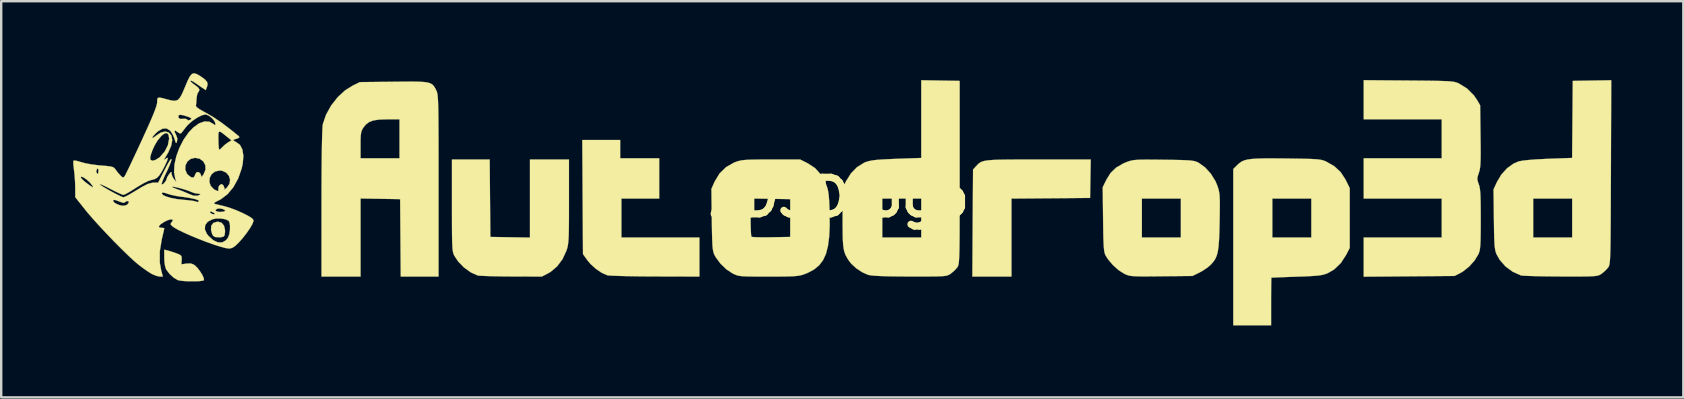
<source format=kicad_pcb>
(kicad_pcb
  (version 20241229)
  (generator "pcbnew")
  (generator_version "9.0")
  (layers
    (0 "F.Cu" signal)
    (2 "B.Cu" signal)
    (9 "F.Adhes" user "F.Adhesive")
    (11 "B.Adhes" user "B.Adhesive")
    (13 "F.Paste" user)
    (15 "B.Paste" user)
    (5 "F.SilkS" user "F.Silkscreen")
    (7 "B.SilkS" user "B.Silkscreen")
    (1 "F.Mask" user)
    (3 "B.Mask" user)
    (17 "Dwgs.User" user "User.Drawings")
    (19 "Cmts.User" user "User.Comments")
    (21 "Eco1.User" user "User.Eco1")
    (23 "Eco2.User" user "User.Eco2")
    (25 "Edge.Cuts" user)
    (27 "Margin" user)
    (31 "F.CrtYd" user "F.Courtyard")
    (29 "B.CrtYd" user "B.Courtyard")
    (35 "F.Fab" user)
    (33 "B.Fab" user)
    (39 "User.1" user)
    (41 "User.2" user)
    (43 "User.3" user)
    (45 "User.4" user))
  (footprint "AD3Dlogo"
    (layer "F.Cu")
    (at 31.939 5.173)
    (property "Reference" "AD3Dlogo" (at 0 0 0) (layer "F.SilkS") (effects (font (size 1.524 1.524) (thickness 0.3))))
    (attr through_hole)
    (fp_poly (pts (xy -25.755 1.06) (xy -25.653 1.183) (xy -25.611 1.369) (xy -25.613 1.457) (xy -25.629 1.581) (xy -25.673 1.639) (xy -25.775 1.661) (xy -25.836 1.666) (xy -26.015 1.657) (xy -26.105 1.607) (xy -26.156 1.507) (xy -26.194 1.366) (xy -26.195 1.36) (xy -26.185 1.183) (xy -26.095 1.065) (xy -25.933 1.017) (xy -25.906 1.016) (xy -25.755 1.06)) (stroke (width 0.01) (type solid)) (fill yes) (layer "F.SilkS"))
    (fp_poly (pts (xy -9.144 -1.626) (xy -7.518 -1.626) (xy -7.518 0.051) (xy -9.093 0.051) (xy -9.093 1.676) (xy -5.842 1.676) (xy -5.842 3.302) (xy -7.684 3.297) (xy -8.113 3.295) (xy -8.516 3.291) (xy -8.879 3.284) (xy -9.191 3.276) (xy -9.437 3.267) (xy -9.607 3.257) (xy -9.684 3.247) (xy -9.914 3.145) (xy -10.157 2.98) (xy -10.381 2.777) (xy -10.513 2.618) (xy -10.693 2.366) (xy -10.722 -2.388) (xy -9.144 -2.388) (xy -9.144 -1.626)) (stroke (width 0.01) (type solid)) (fill yes) (layer "F.SilkS"))
    (fp_poly (pts (xy 10.453 -0.775) (xy 10.439 0.025) (xy 8.801 0.039) (xy 7.163 0.052) (xy 7.163 3.302) (xy 5.534 3.302) (xy 5.548 1.071) (xy 5.563 -1.16) (xy 5.69 -1.296) (xy 5.751 -1.362) (xy 5.81 -1.416) (xy 5.875 -1.46) (xy 5.955 -1.495) (xy 6.062 -1.522) (xy 6.203 -1.542) (xy 6.39 -1.557) (xy 6.63 -1.566) (xy 6.935 -1.571) (xy 7.313 -1.574) (xy 7.775 -1.575) (xy 8.279 -1.575) (xy 10.467 -1.575) (xy 10.453 -0.775)) (stroke (width 0.01) (type solid)) (fill yes) (layer "F.SilkS"))
    (fp_poly (pts (xy -28.003 2.216) (xy -27.869 2.255) (xy -27.697 2.312) (xy -27.635 2.334) (xy -27.497 2.391) (xy -27.432 2.446) (xy -27.415 2.53) (xy -27.418 2.605) (xy -27.429 2.792) (xy -27.214 2.762) (xy -27.05 2.755) (xy -26.927 2.797) (xy -26.86 2.844) (xy -26.755 2.949) (xy -26.648 3.09) (xy -26.557 3.238) (xy -26.499 3.367) (xy -26.489 3.449) (xy -26.491 3.453) (xy -26.555 3.477) (xy -26.694 3.493) (xy -26.88 3.5) (xy -27.089 3.5) (xy -27.293 3.491) (xy -27.465 3.474) (xy -27.58 3.45) (xy -27.584 3.448) (xy -27.752 3.347) (xy -27.922 3.191) (xy -28.055 3.017) (xy -28.072 2.987) (xy -28.111 2.859) (xy -28.137 2.671) (xy -28.143 2.516) (xy -28.143 2.182) (xy -28.003 2.216)) (stroke (width 0.01) (type solid)) (fill yes) (layer "F.SilkS"))
    (fp_poly (pts (xy -14.568 0.038) (xy -14.554 1.651) (xy -12.903 1.679) (xy -12.903 -1.575) (xy -11.278 -1.575) (xy -11.278 0.168) (xy -11.278 0.64) (xy -11.279 1.023) (xy -11.283 1.328) (xy -11.288 1.566) (xy -11.297 1.751) (xy -11.309 1.894) (xy -11.325 2.006) (xy -11.345 2.1) (xy -11.371 2.188) (xy -11.38 2.213) (xy -11.544 2.572) (xy -11.77 2.876) (xy -12.042 3.106) (xy -12.135 3.16) (xy -12.407 3.302) (xy -13.684 3.298) (xy -14.041 3.295) (xy -14.369 3.29) (xy -14.654 3.282) (xy -14.88 3.273) (xy -15.032 3.263) (xy -15.088 3.255) (xy -15.375 3.124) (xy -15.655 2.921) (xy -15.897 2.672) (xy -16.057 2.43) (xy -16.082 2.375) (xy -16.103 2.312) (xy -16.119 2.23) (xy -16.131 2.119) (xy -16.14 1.968) (xy -16.147 1.767) (xy -16.151 1.504) (xy -16.153 1.17) (xy -16.154 0.754) (xy -16.154 0.332) (xy -16.154 -1.575) (xy -15.368 -1.575) (xy -14.581 -1.575) (xy -14.568 0.038)) (stroke (width 0.01) (type solid)) (fill yes) (layer "F.SilkS"))
    (fp_poly (pts (xy 18.53 -1.618) (xy 18.613 -1.617) (xy 19.035 -1.611) (xy 19.368 -1.606) (xy 19.625 -1.599) (xy 19.821 -1.589) (xy 19.966 -1.576) (xy 20.076 -1.559) (xy 20.162 -1.537) (xy 20.238 -1.508) (xy 20.281 -1.489) (xy 20.62 -1.294) (xy 20.881 -1.051) (xy 21.082 -0.744) (xy 21.096 -0.715) (xy 21.26 -0.383) (xy 21.26 2.108) (xy 21.117 2.388) (xy 20.888 2.74) (xy 20.61 3.006) (xy 20.351 3.156) (xy 20.252 3.196) (xy 20.147 3.227) (xy 20.019 3.25) (xy 19.853 3.269) (xy 19.631 3.283) (xy 19.337 3.297) (xy 19.05 3.307) (xy 18.736 3.318) (xy 18.459 3.328) (xy 18.234 3.337) (xy 18.076 3.344) (xy 18 3.348) (xy 17.996 3.348) (xy 17.992 3.398) (xy 17.989 3.534) (xy 17.986 3.74) (xy 17.984 4.002) (xy 17.983 4.303) (xy 17.983 4.343) (xy 17.983 5.334) (xy 16.408 5.334) (xy 16.408 0.051) (xy 18.034 0.051) (xy 18.034 1.676) (xy 19.66 1.676) (xy 19.66 0.051) (xy 18.034 0.051) (xy 16.408 0.051) (xy 16.408 -1.179) (xy 16.577 -1.347) (xy 16.662 -1.425) (xy 16.753 -1.488) (xy 16.862 -1.537) (xy 16.999 -1.573) (xy 17.176 -1.598) (xy 17.407 -1.613) (xy 17.701 -1.621) (xy 18.072 -1.622) (xy 18.53 -1.618)) (stroke (width 0.01) (type solid)) (fill yes) (layer "F.SilkS"))
    (fp_poly (pts (xy 23.711 -4.866) (xy 24.198 -4.862) (xy 24.594 -4.858) (xy 24.911 -4.853) (xy 25.159 -4.846) (xy 25.349 -4.838) (xy 25.492 -4.827) (xy 25.599 -4.812) (xy 25.681 -4.794) (xy 25.749 -4.771) (xy 25.809 -4.744) (xy 26.148 -4.535) (xy 26.43 -4.254) (xy 26.558 -4.07) (xy 26.695 -3.835) (xy 26.711 -2.547) (xy 26.716 -2.14) (xy 26.717 -1.82) (xy 26.714 -1.574) (xy 26.706 -1.388) (xy 26.694 -1.247) (xy 26.675 -1.138) (xy 26.65 -1.047) (xy 26.639 -1.015) (xy 26.589 -0.861) (xy 26.578 -0.752) (xy 26.604 -0.637) (xy 26.636 -0.549) (xy 26.664 -0.462) (xy 26.684 -0.355) (xy 26.7 -0.213) (xy 26.71 -0.023) (xy 26.716 0.229) (xy 26.719 0.557) (xy 26.72 0.916) (xy 26.719 1.311) (xy 26.716 1.618) (xy 26.71 1.852) (xy 26.7 2.026) (xy 26.686 2.155) (xy 26.666 2.253) (xy 26.639 2.332) (xy 26.622 2.372) (xy 26.46 2.637) (xy 26.233 2.889) (xy 25.975 3.093) (xy 25.873 3.152) (xy 25.629 3.277) (xy 23.736 3.292) (xy 21.844 3.307) (xy 21.844 1.676) (xy 25.095 1.676) (xy 25.095 0.051) (xy 21.844 0.051) (xy 21.844 -1.626) (xy 25.095 -1.626) (xy 25.095 -3.251) (xy 21.844 -3.251) (xy 21.844 -4.881) (xy 23.711 -4.866)) (stroke (width 0.01) (type solid)) (fill yes) (layer "F.SilkS"))
    (fp_poly (pts (xy -17.514 -4.817) (xy -17.306 -4.804) (xy -17.152 -4.78) (xy -17.041 -4.744) (xy -16.962 -4.693) (xy -16.901 -4.624) (xy -16.848 -4.535) (xy -16.812 -4.465) (xy -16.793 -4.425) (xy -16.777 -4.38) (xy -16.764 -4.321) (xy -16.752 -4.243) (xy -16.742 -4.137) (xy -16.734 -3.996) (xy -16.728 -3.814) (xy -16.723 -3.583) (xy -16.719 -3.295) (xy -16.717 -2.945) (xy -16.715 -2.525) (xy -16.714 -2.027) (xy -16.713 -1.445) (xy -16.713 -0.77) (xy -16.713 -0.485) (xy -16.713 3.302) (xy -18.287 3.302) (xy -18.3 1.689) (xy -18.313 0.076) (xy -19.139 0.062) (xy -19.964 0.048) (xy -19.964 3.302) (xy -21.59 3.302) (xy -21.589 0.241) (xy -21.588 -0.45) (xy -21.585 -1.07) (xy -21.58 -1.614) (xy -21.574 -2.079) (xy -21.572 -2.177) (xy -19.964 -2.177) (xy -19.964 -1.626) (xy -18.339 -1.626) (xy -18.339 -3.251) (xy -18.86 -3.251) (xy -19.182 -3.241) (xy -19.424 -3.205) (xy -19.606 -3.138) (xy -19.746 -3.031) (xy -19.849 -2.901) (xy -19.901 -2.812) (xy -19.935 -2.716) (xy -19.954 -2.59) (xy -19.963 -2.408) (xy -19.964 -2.177) (xy -21.572 -2.177) (xy -21.566 -2.459) (xy -21.557 -2.75) (xy -21.546 -2.949) (xy -21.535 -3.048) (xy -21.4 -3.443) (xy -21.188 -3.825) (xy -20.917 -4.171) (xy -20.604 -4.459) (xy -20.295 -4.652) (xy -19.99 -4.801) (xy -18.583 -4.816) (xy -18.14 -4.821) (xy -17.788 -4.822) (xy -17.514 -4.817)) (stroke (width 0.01) (type solid)) (fill yes) (layer "F.SilkS"))
    (fp_poly (pts (xy 32.145 -1.046) (xy 32.142 -0.332) (xy 32.14 0.289) (xy 32.137 0.821) (xy 32.134 1.273) (xy 32.131 1.652) (xy 32.127 1.964) (xy 32.122 2.216) (xy 32.116 2.416) (xy 32.108 2.57) (xy 32.099 2.686) (xy 32.088 2.77) (xy 32.075 2.83) (xy 32.06 2.873) (xy 32.043 2.904) (xy 32.025 2.93) (xy 31.908 3.058) (xy 31.764 3.178) (xy 31.751 3.188) (xy 31.7 3.22) (xy 31.648 3.246) (xy 31.581 3.265) (xy 31.488 3.279) (xy 31.357 3.289) (xy 31.176 3.295) (xy 30.934 3.298) (xy 30.617 3.299) (xy 30.215 3.298) (xy 30.053 3.298) (xy 29.663 3.295) (xy 29.302 3.291) (xy 28.982 3.284) (xy 28.718 3.276) (xy 28.524 3.267) (xy 28.413 3.258) (xy 28.397 3.254) (xy 28.057 3.104) (xy 27.754 2.882) (xy 27.511 2.606) (xy 27.386 2.384) (xy 27.353 2.302) (xy 27.328 2.212) (xy 27.309 2.099) (xy 27.295 1.95) (xy 27.285 1.749) (xy 27.277 1.483) (xy 27.272 1.138) (xy 27.269 0.911) (xy 27.259 0.051) (xy 28.905 0.051) (xy 28.905 1.676) (xy 30.531 1.676) (xy 30.531 0.051) (xy 28.905 0.051) (xy 27.259 0.051) (xy 27.254 -0.33) (xy 27.402 -0.65) (xy 27.584 -0.954) (xy 27.821 -1.213) (xy 28.09 -1.406) (xy 28.299 -1.495) (xy 28.454 -1.526) (xy 28.698 -1.554) (xy 29.018 -1.579) (xy 29.401 -1.599) (xy 29.538 -1.605) (xy 30.529 -1.641) (xy 30.543 -3.246) (xy 30.556 -4.851) (xy 32.158 -4.879) (xy 32.145 -1.046)) (stroke (width 0.01) (type solid)) (fill yes) (layer "F.SilkS"))
    (fp_poly (pts (xy 5.004 -4.851) (xy 5.004 -1.032) (xy 5.004 -0.319) (xy 5.004 0.3) (xy 5.003 0.831) (xy 5.002 1.282) (xy 5 1.659) (xy 4.997 1.97) (xy 4.993 2.221) (xy 4.987 2.42) (xy 4.98 2.573) (xy 4.972 2.688) (xy 4.961 2.771) (xy 4.948 2.831) (xy 4.933 2.872) (xy 4.916 2.904) (xy 4.898 2.93) (xy 4.78 3.058) (xy 4.637 3.178) (xy 4.623 3.188) (xy 4.573 3.22) (xy 4.52 3.246) (xy 4.453 3.265) (xy 4.36 3.28) (xy 4.229 3.289) (xy 4.048 3.295) (xy 3.805 3.298) (xy 3.488 3.299) (xy 3.086 3.299) (xy 2.926 3.299) (xy 2.428 3.296) (xy 2.023 3.29) (xy 1.705 3.281) (xy 1.465 3.268) (xy 1.296 3.251) (xy 1.189 3.23) (xy 1.186 3.229) (xy 0.941 3.12) (xy 0.695 2.957) (xy 0.487 2.767) (xy 0.393 2.647) (xy 0.313 2.521) (xy 0.251 2.406) (xy 0.205 2.288) (xy 0.172 2.151) (xy 0.15 1.982) (xy 0.136 1.764) (xy 0.13 1.483) (xy 0.127 1.125) (xy 0.127 0.864) (xy 0.127 0.051) (xy 1.778 0.051) (xy 1.778 1.676) (xy 3.404 1.676) (xy 3.404 0.051) (xy 1.778 0.051) (xy 0.127 0.051) (xy 0.127 -0.381) (xy 0.268 -0.669) (xy 0.475 -0.998) (xy 0.733 -1.261) (xy 1.028 -1.443) (xy 1.087 -1.467) (xy 1.203 -1.504) (xy 1.34 -1.533) (xy 1.514 -1.556) (xy 1.743 -1.574) (xy 2.042 -1.59) (xy 2.379 -1.604) (xy 3.404 -1.64) (xy 3.404 -4.879) (xy 5.004 -4.851)) (stroke (width 0.01) (type solid)) (fill yes) (layer "F.SilkS"))
    (fp_poly (pts (xy 13.167 -1.569) (xy 13.51 -1.565) (xy 13.901 -1.56) (xy 14.205 -1.554) (xy 14.434 -1.546) (xy 14.604 -1.535) (xy 14.728 -1.52) (xy 14.821 -1.5) (xy 14.896 -1.473) (xy 14.966 -1.438) (xy 15.232 -1.247) (xy 15.472 -0.983) (xy 15.663 -0.675) (xy 15.74 -0.495) (xy 15.778 -0.382) (xy 15.806 -0.279) (xy 15.826 -0.168) (xy 15.839 -0.035) (xy 15.845 0.139) (xy 15.846 0.367) (xy 15.843 0.667) (xy 15.838 0.999) (xy 15.828 1.434) (xy 15.814 1.78) (xy 15.792 2.053) (xy 15.761 2.266) (xy 15.716 2.434) (xy 15.656 2.569) (xy 15.577 2.687) (xy 15.476 2.801) (xy 15.468 2.81) (xy 15.324 2.932) (xy 15.135 3.058) (xy 15.001 3.132) (xy 14.707 3.277) (xy 13.411 3.29) (xy 13.014 3.294) (xy 12.705 3.296) (xy 12.47 3.294) (xy 12.294 3.288) (xy 12.164 3.278) (xy 12.065 3.261) (xy 11.985 3.237) (xy 11.908 3.205) (xy 11.862 3.183) (xy 11.63 3.037) (xy 11.396 2.828) (xy 11.192 2.589) (xy 11.091 2.432) (xy 11.063 2.37) (xy 11.04 2.292) (xy 11.023 2.187) (xy 11.01 2.041) (xy 11 1.841) (xy 10.992 1.575) (xy 10.986 1.229) (xy 10.982 0.919) (xy 10.972 0.051) (xy 12.598 0.051) (xy 12.598 1.676) (xy 14.224 1.676) (xy 14.224 0.051) (xy 12.598 0.051) (xy 10.972 0.051) (xy 10.967 -0.422) (xy 11.124 -0.741) (xy 11.3 -1.022) (xy 11.528 -1.24) (xy 11.827 -1.412) (xy 11.984 -1.477) (xy 12.078 -1.509) (xy 12.173 -1.534) (xy 12.282 -1.552) (xy 12.422 -1.563) (xy 12.606 -1.57) (xy 12.849 -1.571) (xy 13.167 -1.569)) (stroke (width 0.01) (type solid)) (fill yes) (layer "F.SilkS"))
    (fp_poly (pts (xy -1.642 -1.575) (xy -1.328 -1.418) (xy -1.021 -1.217) (xy -0.777 -0.946) (xy -0.585 -0.596) (xy -0.553 -0.516) (xy -0.508 -0.386) (xy -0.475 -0.248) (xy -0.452 -0.08) (xy -0.435 0.139) (xy -0.423 0.429) (xy -0.418 0.591) (xy -0.412 1.157) (xy -0.433 1.634) (xy -0.484 2.03) (xy -0.568 2.356) (xy -0.69 2.621) (xy -0.853 2.834) (xy -1.061 3.005) (xy -1.318 3.143) (xy -1.455 3.199) (xy -1.551 3.232) (xy -1.651 3.257) (xy -1.769 3.275) (xy -1.921 3.288) (xy -2.122 3.296) (xy -2.385 3.3) (xy -2.727 3.302) (xy -2.964 3.302) (xy -3.349 3.302) (xy -3.647 3.3) (xy -3.873 3.296) (xy -4.041 3.288) (xy -4.164 3.275) (xy -4.259 3.255) (xy -4.339 3.227) (xy -4.419 3.191) (xy -4.46 3.171) (xy -4.719 2.999) (xy -4.965 2.761) (xy -5.164 2.491) (xy -5.215 2.399) (xy -5.244 2.329) (xy -5.267 2.245) (xy -5.285 2.132) (xy -5.298 1.978) (xy -5.308 1.769) (xy -5.316 1.491) (xy -5.322 1.131) (xy -5.324 0.928) (xy -5.326 0.828) (xy -3.708 0.828) (xy -3.706 1.1) (xy -3.7 1.336) (xy -3.691 1.516) (xy -3.68 1.623) (xy -3.673 1.644) (xy -3.613 1.655) (xy -3.469 1.663) (xy -3.26 1.667) (xy -3.005 1.667) (xy -2.848 1.665) (xy -2.057 1.651) (xy -2.057 0.076) (xy -2.883 0.062) (xy -3.708 0.048) (xy -3.708 0.828) (xy -5.326 0.828) (xy -5.34 -0.354) (xy -5.203 -0.66) (xy -5 -0.995) (xy -4.725 -1.262) (xy -4.388 -1.452) (xy -4.35 -1.466) (xy -4.25 -1.501) (xy -4.15 -1.527) (xy -4.034 -1.547) (xy -3.887 -1.56) (xy -3.694 -1.568) (xy -3.44 -1.573) (xy -3.109 -1.575) (xy -2.851 -1.575) (xy -1.642 -1.575)) (stroke (width 0.01) (type solid)) (fill yes) (layer "F.SilkS"))
    (fp_poly (pts (xy -26.783 -5.134) (xy -26.636 -5.047) (xy -26.61 -5.03) (xy -26.444 -4.907) (xy -26.357 -4.805) (xy -26.338 -4.7) (xy -26.366 -4.596) (xy -26.414 -4.468) (xy -26.586 -4.583) (xy -26.737 -4.686) (xy -26.879 -4.785) (xy -26.893 -4.795) (xy -26.993 -4.852) (xy -27.055 -4.863) (xy -27.058 -4.862) (xy -27.037 -4.819) (xy -26.952 -4.743) (xy -26.88 -4.69) (xy -26.738 -4.58) (xy -26.68 -4.496) (xy -26.696 -4.421) (xy -26.731 -4.379) (xy -26.77 -4.293) (xy -26.795 -4.152) (xy -26.799 -4.103) (xy -26.808 -3.951) (xy -26.822 -3.837) (xy -26.827 -3.817) (xy -26.793 -3.757) (xy -26.669 -3.667) (xy -26.462 -3.55) (xy -26.438 -3.538) (xy -26.111 -3.35) (xy -25.745 -3.102) (xy -25.329 -2.785) (xy -25.123 -2.618) (xy -25.037 -2.546) (xy -25.011 -2.503) (xy -25.055 -2.469) (xy -25.18 -2.426) (xy -25.248 -2.404) (xy -25.267 -2.373) (xy -25.186 -2.322) (xy -25.157 -2.309) (xy -24.99 -2.186) (xy -24.887 -1.99) (xy -24.847 -1.727) (xy -24.873 -1.406) (xy -24.917 -1.204) (xy -25.062 -0.788) (xy -25.261 -0.426) (xy -25.505 -0.132) (xy -25.784 0.08) (xy -25.883 0.13) (xy -26.016 0.199) (xy -26.073 0.248) (xy -26.06 0.267) (xy -25.975 0.29) (xy -25.823 0.327) (xy -25.636 0.372) (xy -25.629 0.374) (xy -25.413 0.438) (xy -25.156 0.533) (xy -24.904 0.643) (xy -24.841 0.673) (xy -24.634 0.781) (xy -24.505 0.861) (xy -24.44 0.924) (xy -24.424 0.981) (xy -24.426 0.991) (xy -24.472 1.115) (xy -24.573 1.29) (xy -24.713 1.492) (xy -24.874 1.699) (xy -25.037 1.882) (xy -25.183 2.023) (xy -25.295 2.1) (xy -25.4 2.131) (xy -25.454 2.133) (xy -25.597 2.112) (xy -25.812 2.054) (xy -26.081 1.968) (xy -26.383 1.86) (xy -26.699 1.738) (xy -27.012 1.61) (xy -27.3 1.482) (xy -27.545 1.364) (xy -27.606 1.33) (xy -26.452 1.33) (xy -26.369 1.52) (xy -26.303 1.606) (xy -26.103 1.787) (xy -25.908 1.878) (xy -25.727 1.879) (xy -25.571 1.789) (xy -25.486 1.68) (xy -25.434 1.54) (xy -25.406 1.363) (xy -25.403 1.185) (xy -25.427 1.04) (xy -25.466 0.974) (xy -25.595 0.915) (xy -25.78 0.883) (xy -25.979 0.883) (xy -26.131 0.913) (xy -26.33 1.016) (xy -26.438 1.158) (xy -26.452 1.33) (xy -27.606 1.33) (xy -27.728 1.261) (xy -27.788 1.22) (xy -27.87 1.143) (xy -27.872 1.085) (xy -27.851 1.059) (xy -27.788 0.971) (xy -27.804 0.925) (xy -27.886 0.92) (xy -28.018 0.961) (xy -28.147 1.024) (xy -28.296 1.123) (xy -28.366 1.202) (xy -28.352 1.254) (xy -28.269 1.27) (xy -28.174 1.278) (xy -28.143 1.292) (xy -28.154 1.348) (xy -28.184 1.479) (xy -28.226 1.66) (xy -28.244 1.737) (xy -28.331 2.256) (xy -28.33 2.725) (xy -28.274 3.035) (xy -28.203 3.302) (xy -28.338 3.301) (xy -28.463 3.276) (xy -28.622 3.212) (xy -28.696 3.174) (xy -28.849 3.076) (xy -29.04 2.942) (xy -29.226 2.8) (xy -29.229 2.798) (xy -29.421 2.633) (xy -29.664 2.407) (xy -29.942 2.135) (xy -30.241 1.834) (xy -30.544 1.518) (xy -30.837 1.205) (xy -31.105 0.909) (xy -31.331 0.647) (xy -31.34 0.636) (xy -26.236 0.636) (xy -26.177 0.681) (xy -26.086 0.709) (xy -26.063 0.71) (xy -26.03 0.694) (xy -26.087 0.641) (xy -26.088 0.64) (xy -26.18 0.594) (xy -26.23 0.595) (xy -26.236 0.636) (xy -31.34 0.636) (xy -31.431 0.525) (xy -26.007 0.525) (xy -25.991 0.572) (xy -25.898 0.603) (xy -25.806 0.61) (xy -25.679 0.599) (xy -25.608 0.571) (xy -25.603 0.56) (xy -25.647 0.511) (xy -25.749 0.475) (xy -25.866 0.464) (xy -25.933 0.476) (xy -26.007 0.525) (xy -31.431 0.525) (xy -31.436 0.518) (xy -31.728 0.151) (xy -30.277 0.151) (xy -30.233 0.213) (xy -30.126 0.28) (xy -29.99 0.332) (xy -29.868 0.354) (xy -29.745 0.333) (xy -29.677 0.295) (xy -29.624 0.22) (xy -29.616 0.193) (xy -29.652 0.156) (xy -29.724 0.161) (xy -29.777 0.204) (xy -29.779 0.208) (xy -29.832 0.232) (xy -29.96 0.196) (xy -29.993 0.183) (xy -30.153 0.122) (xy -30.242 0.105) (xy -30.275 0.133) (xy -30.277 0.151) (xy -31.728 0.151) (xy -31.852 -0.005) (xy -31.853 -0.396) (xy -31.861 -0.651) (xy -31.874 -0.837) (xy -31.627 -0.837) (xy -31.578 -0.765) (xy -31.464 -0.659) (xy -31.323 -0.55) (xy -31.185 -0.453) (xy -31.118 -0.415) (xy -31.112 -0.437) (xy -31.159 -0.516) (xy -31.164 -0.523) (xy -31.177 -0.538) (xy -30.831 -0.538) (xy -30.755 -0.481) (xy -30.617 -0.394) (xy -30.441 -0.293) (xy -30.252 -0.19) (xy -30.074 -0.098) (xy -29.931 -0.031) (xy -29.849 -0.002) (xy -29.845 -0.002) (xy -29.774 -0.026) (xy -29.652 -0.086) (xy -29.591 -0.121) (xy -29.522 -0.162) (xy -28.245 -0.162) (xy -28.197 -0.097) (xy -28.066 -0.033) (xy -27.868 0.025) (xy -27.622 0.073) (xy -27.365 0.102) (xy -27.15 0.122) (xy -26.975 0.143) (xy -26.863 0.163) (xy -26.836 0.173) (xy -26.754 0.2) (xy -26.699 0.157) (xy -26.726 0.121) (xy -26.839 0.079) (xy -27.021 0.037) (xy -27.257 -0.003) (xy -27.451 -0.027) (xy -27.658 -0.059) (xy -27.86 -0.103) (xy -27.953 -0.131) (xy -28.118 -0.185) (xy -28.208 -0.2) (xy -28.243 -0.178) (xy -28.245 -0.162) (xy -29.522 -0.162) (xy -29.437 -0.212) (xy -29.244 -0.329) (xy -29.086 -0.425) (xy -29.057 -0.44) (xy -27.822 -0.44) (xy -27.792 -0.413) (xy -27.689 -0.368) (xy -27.59 -0.332) (xy -27.396 -0.261) (xy -27.206 -0.181) (xy -27.142 -0.151) (xy -26.925 -0.068) (xy -26.757 -0.064) (xy -26.67 -0.102) (xy -26.636 -0.137) (xy -26.69 -0.15) (xy -26.736 -0.152) (xy -26.889 -0.177) (xy -27.018 -0.225) (xy -27.133 -0.273) (xy -27.294 -0.326) (xy -27.472 -0.377) (xy -27.639 -0.418) (xy -27.765 -0.442) (xy -27.822 -0.44) (xy -29.057 -0.44) (xy -28.841 -0.553) (xy -28.641 -0.607) (xy -28.591 -0.61) (xy -28.398 -0.61) (xy -28.121 -1.156) (xy -28.004 -1.378) (xy -27.915 -1.528) (xy -27.859 -1.598) (xy -27.841 -1.586) (xy -27.862 -1.493) (xy -27.921 -1.336) (xy -28.007 -1.14) (xy -28.066 -1.018) (xy -28.158 -0.824) (xy -28.222 -0.666) (xy -28.251 -0.563) (xy -28.248 -0.535) (xy -28.192 -0.551) (xy -28.12 -0.624) (xy -28.06 -0.718) (xy -28.04 -0.786) (xy -28.011 -0.86) (xy -27.941 -0.964) (xy -27.94 -0.965) (xy -27.872 -1.048) (xy -27.845 -1.053) (xy -27.84 -0.984) (xy -27.84 -0.984) (xy -27.807 -0.867) (xy -27.737 -0.755) (xy -27.635 -0.635) (xy -27.639 -0.647) (xy -26.264 -0.647) (xy -26.211 -0.48) (xy -26.08 -0.341) (xy -26.035 -0.313) (xy -25.925 -0.262) (xy -25.883 -0.276) (xy -25.891 -0.346) (xy -25.875 -0.451) (xy -25.83 -0.51) (xy -25.756 -0.552) (xy -25.696 -0.513) (xy -25.676 -0.486) (xy -25.633 -0.39) (xy -25.638 -0.335) (xy -25.628 -0.328) (xy -25.562 -0.379) (xy -25.535 -0.403) (xy -25.426 -0.559) (xy -25.4 -0.731) (xy -25.449 -0.896) (xy -25.562 -1.029) (xy -25.73 -1.107) (xy -25.832 -1.118) (xy -26.025 -1.076) (xy -26.166 -0.969) (xy -26.247 -0.818) (xy -26.264 -0.647) (xy -27.639 -0.647) (xy -27.686 -0.778) (xy -27.735 -1.048) (xy -27.729 -1.162) (xy -27.27 -1.162) (xy -27.202 -0.993) (xy -27.155 -0.937) (xy -27.025 -0.837) (xy -26.927 -0.823) (xy -26.871 -0.895) (xy -26.864 -0.927) (xy -26.815 -1.028) (xy -26.733 -1.057) (xy -26.652 -1.007) (xy -26.628 -0.961) (xy -26.586 -0.847) (xy -26.501 -0.968) (xy -26.423 -1.155) (xy -26.432 -1.338) (xy -26.517 -1.497) (xy -26.665 -1.607) (xy -26.856 -1.646) (xy -27.041 -1.603) (xy -27.179 -1.492) (xy -27.258 -1.336) (xy -27.27 -1.162) (xy -27.729 -1.162) (xy -27.718 -1.366) (xy -27.641 -1.711) (xy -27.512 -2.063) (xy -27.339 -2.4) (xy -27.184 -2.622) (xy -25.889 -2.622) (xy -25.889 -2.429) (xy -25.888 -2.386) (xy -25.882 -2.198) (xy -25.871 -2.056) (xy -25.857 -1.985) (xy -25.852 -1.981) (xy -25.8 -2.015) (xy -25.725 -2.09) (xy -25.609 -2.198) (xy -25.486 -2.287) (xy -25.343 -2.375) (xy -25.562 -2.551) (xy -25.724 -2.68) (xy -25.822 -2.74) (xy -25.872 -2.723) (xy -25.889 -2.622) (xy -27.184 -2.622) (xy -27.129 -2.701) (xy -26.936 -2.905) (xy -26.694 -3.081) (xy -26.467 -3.162) (xy -26.26 -3.149) (xy -26.099 -3.058) (xy -26.031 -3.009) (xy -26.011 -3.035) (xy -26.01 -3.069) (xy -26.05 -3.176) (xy -26.15 -3.296) (xy -26.278 -3.397) (xy -26.399 -3.451) (xy -26.425 -3.454) (xy -26.575 -3.419) (xy -26.762 -3.326) (xy -26.96 -3.194) (xy -27.137 -3.042) (xy -27.232 -2.936) (xy -27.333 -2.805) (xy -27.412 -2.705) (xy -27.44 -2.671) (xy -27.504 -2.665) (xy -27.584 -2.717) (xy -27.678 -2.781) (xy -27.718 -2.766) (xy -27.694 -2.681) (xy -27.659 -2.621) (xy -27.599 -2.456) (xy -27.61 -2.35) (xy -27.634 -2.27) (xy -27.655 -2.263) (xy -27.685 -2.338) (xy -27.713 -2.431) (xy -27.782 -2.6) (xy -27.872 -2.748) (xy -27.898 -2.778) (xy -28.042 -2.869) (xy -28.209 -2.863) (xy -28.395 -2.76) (xy -28.485 -2.681) (xy -28.595 -2.564) (xy -28.644 -2.49) (xy -28.632 -2.469) (xy -28.557 -2.512) (xy -28.495 -2.561) (xy -28.292 -2.695) (xy -28.109 -2.742) (xy -27.958 -2.704) (xy -27.85 -2.579) (xy -27.846 -2.572) (xy -27.811 -2.385) (xy -27.855 -2.149) (xy -27.976 -1.873) (xy -28.055 -1.739) (xy -28.132 -1.612) (xy -28.153 -1.56) (xy -28.119 -1.577) (xy -28.099 -1.595) (xy -28.019 -1.651) (xy -27.996 -1.622) (xy -28.03 -1.509) (xy -28.121 -1.313) (xy -28.124 -1.306) (xy -28.25 -1.068) (xy -28.354 -0.908) (xy -28.452 -0.809) (xy -28.558 -0.753) (xy -28.66 -0.729) (xy -28.814 -0.68) (xy -29.025 -0.576) (xy -29.272 -0.429) (xy -29.319 -0.399) (xy -29.512 -0.276) (xy -29.679 -0.178) (xy -29.799 -0.117) (xy -29.845 -0.102) (xy -29.918 -0.124) (xy -30.058 -0.186) (xy -30.245 -0.276) (xy -30.415 -0.363) (xy -30.604 -0.459) (xy -30.745 -0.524) (xy -30.825 -0.552) (xy -30.831 -0.538) (xy -31.177 -0.538) (xy -31.258 -0.634) (xy -31.384 -0.745) (xy -31.51 -0.83) (xy -31.602 -0.864) (xy -31.627 -0.837) (xy -31.874 -0.837) (xy -31.88 -0.926) (xy -31.899 -1.09) (xy -30.979 -1.09) (xy -30.971 -1.045) (xy -30.928 -0.971) (xy -30.897 -0.995) (xy -30.886 -1.102) (xy -30.897 -1.192) (xy -30.932 -1.193) (xy -30.944 -1.182) (xy -30.979 -1.09) (xy -31.899 -1.09) (xy -31.904 -1.135) (xy -31.925 -1.314) (xy -31.934 -1.455) (xy -31.927 -1.525) (xy -31.927 -1.525) (xy -31.869 -1.533) (xy -31.745 -1.508) (xy -31.609 -1.467) (xy -31.417 -1.415) (xy -31.163 -1.369) (xy -30.884 -1.334) (xy -30.788 -1.325) (xy -30.547 -1.306) (xy -30.387 -1.285) (xy -30.286 -1.259) (xy -30.224 -1.221) (xy -30.18 -1.166) (xy -30.178 -1.164) (xy -30.083 -1.037) (xy -29.978 -0.918) (xy -29.893 -0.839) (xy -29.842 -0.83) (xy -29.792 -0.884) (xy -29.791 -0.884) (xy -29.754 -0.952) (xy -29.681 -1.1) (xy -29.576 -1.315) (xy -29.448 -1.587) (xy -29.416 -1.654) (xy -28.73 -1.654) (xy -28.724 -1.569) (xy -28.643 -1.524) (xy -28.516 -1.554) (xy -28.36 -1.651) (xy -28.315 -1.689) (xy -28.121 -1.913) (xy -27.991 -2.175) (xy -27.941 -2.442) (xy -27.941 -2.448) (xy -27.964 -2.606) (xy -28.029 -2.677) (xy -28.13 -2.663) (xy -28.259 -2.565) (xy -28.41 -2.385) (xy -28.439 -2.342) (xy -28.54 -2.173) (xy -28.628 -1.984) (xy -28.695 -1.802) (xy -28.73 -1.654) (xy -29.416 -1.654) (xy -29.3 -1.902) (xy -29.139 -2.248) (xy -29.081 -2.374) (xy -28.882 -2.809) (xy -28.724 -3.163) (xy -28.62 -3.408) (xy -27.557 -3.408) (xy -27.549 -3.321) (xy -27.489 -3.266) (xy -27.376 -3.27) (xy -27.263 -3.275) (xy -27.202 -3.25) (xy -27.141 -3.204) (xy -27.045 -3.238) (xy -27.035 -3.244) (xy -27.012 -3.285) (xy -27.08 -3.329) (xy -27.111 -3.342) (xy -27.341 -3.419) (xy -27.489 -3.441) (xy -27.557 -3.408) (xy -28.62 -3.408) (xy -28.605 -3.443) (xy -28.521 -3.657) (xy -28.468 -3.815) (xy -28.442 -3.925) (xy -28.439 -3.969) (xy -28.436 -4.08) (xy -28.412 -4.14) (xy -28.346 -4.156) (xy -28.22 -4.134) (xy -28.034 -4.083) (xy -27.839 -4.034) (xy -27.694 -4.021) (xy -27.584 -4.055) (xy -27.492 -4.149) (xy -27.401 -4.313) (xy -27.294 -4.559) (xy -27.274 -4.609) (xy -27.163 -4.871) (xy -27.072 -5.046) (xy -26.987 -5.142) (xy -26.896 -5.168) (xy -26.783 -5.134)) (stroke (width 0.01) (type solid)) (fill yes) (layer "F.SilkS")))
  (gr_rect
    (start -3 -3)
    (end 67.102 13.512)
    (stroke (width 0.1) (type default))
    (fill no)
    (layer "Edge.Cuts")))
</source>
